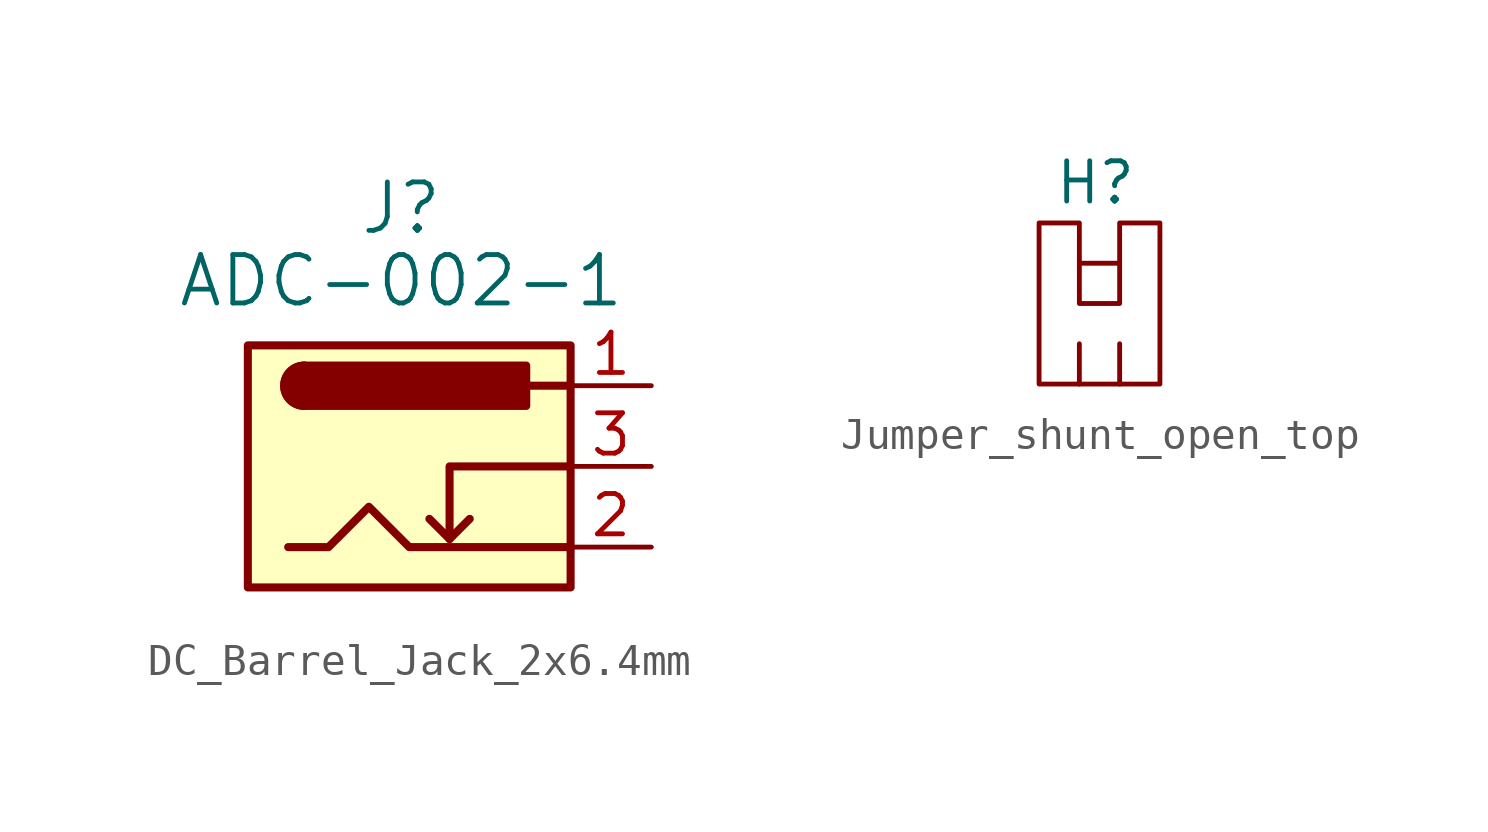
<source format=kicad_sym>
(kicad_symbol_lib
  (version 20241209)
  (generator "kicad_symbol_editor")
  (generator_version "9.0")
  (symbol "DC_Barrel_Jack_2x6.4mm"
    (pin_names
      (offset 0.254))
    (property "Reference" "J"
      (at 4.826 4.318 0)
      (effects (font (size 1.524 1.524))))
    (property "Value" "ADC-002-1"
      (at 4.826 2.032 0)
      (effects (font (size 1.524 1.524))))
    (symbol "DC_Barrel_Jack_2x6.4mm_0_1"
      (rectangle (start 0 0) (end 10.16 -7.62) (stroke (width 0.254) (type default)) (fill (type background)))
      (polyline (pts (xy 1.27 -6.35) (xy 2.54 -6.35) (xy 3.81 -5.08) (xy 5.08 -6.35) (xy 7.62 -6.35) (xy 10.16 -6.35)) (stroke (width 0.254) (type default)) (fill (type none)))
      (arc (start 1.778 -1.905) (mid 1.1457 -1.27) (end 1.778 -0.635) (stroke (width 0.254) (type default)) (fill (type none)))
      (arc (start 1.778 -1.905) (mid 1.1457 -1.27) (end 1.778 -0.635) (stroke (width 0.254) (type default)) (fill (type outline)))
      (polyline (pts (xy 6.35 -6.096) (xy 6.985 -5.461)) (stroke (width 0.254) (type default)) (fill (type none)))
      (rectangle (start 8.763 -0.635) (end 1.778 -1.905) (stroke (width 0.254) (type default)) (fill (type outline)))
      (polyline (pts (xy 10.16 -1.27) (xy 8.89 -1.27)) (stroke (width 0.254) (type default)) (fill (type none)))
      (polyline (pts (xy 10.16 -3.81) (xy 6.35 -3.81) (xy 6.35 -6.096) (xy 5.715 -5.461)) (stroke (width 0.254) (type default)) (fill (type none))))
    (symbol "DC_Barrel_Jack_2x6.4mm_1_1"
      (pin passive line (at 12.7 -1.27 180) (length 2.54) (name "~" (effects (font (size 1.27 1.27)))) (number "1" (effects (font (size 1.27 1.27)))))
      (pin passive line (at 12.7 -3.81 180) (length 2.54) (name "~" (effects (font (size 1.27 1.27)))) (number "3" (effects (font (size 1.27 1.27)))))
      (pin passive line (at 12.7 -6.35 180) (length 2.54) (name "~" (effects (font (size 1.27 1.27)))) (number "2" (effects (font (size 1.27 1.27)))))))
  (symbol "Jumper_shunt_open_top"
    (property "Reference" "H"
      (at 0.508 3.81 0)
      (effects (font (size 1.27 1.27))))
    (symbol "Jumper_shunt_open_top_0_1"
      (polyline (pts (xy -1.27 2.54) (xy -1.27 -2.54) (xy 2.54 -2.54) (xy 2.54 2.54) (xy 1.27 2.54) (xy 1.27 0) (xy 0 0) (xy 0 2.54) (xy -1.27 2.54)) (stroke (width 0) (type default)) (fill (type none)))
      (polyline (pts (xy 0 1.27) (xy 1.27 1.27)) (stroke (width 0) (type default)) (fill (type none)))
      (polyline (pts (xy 0 -2.54) (xy 0 -1.27)) (stroke (width 0) (type default)) (fill (type none)))
      (polyline (pts (xy 1.27 -2.54) (xy 1.27 -1.27)) (stroke (width 0) (type default)) (fill (type none))))))
</source>
